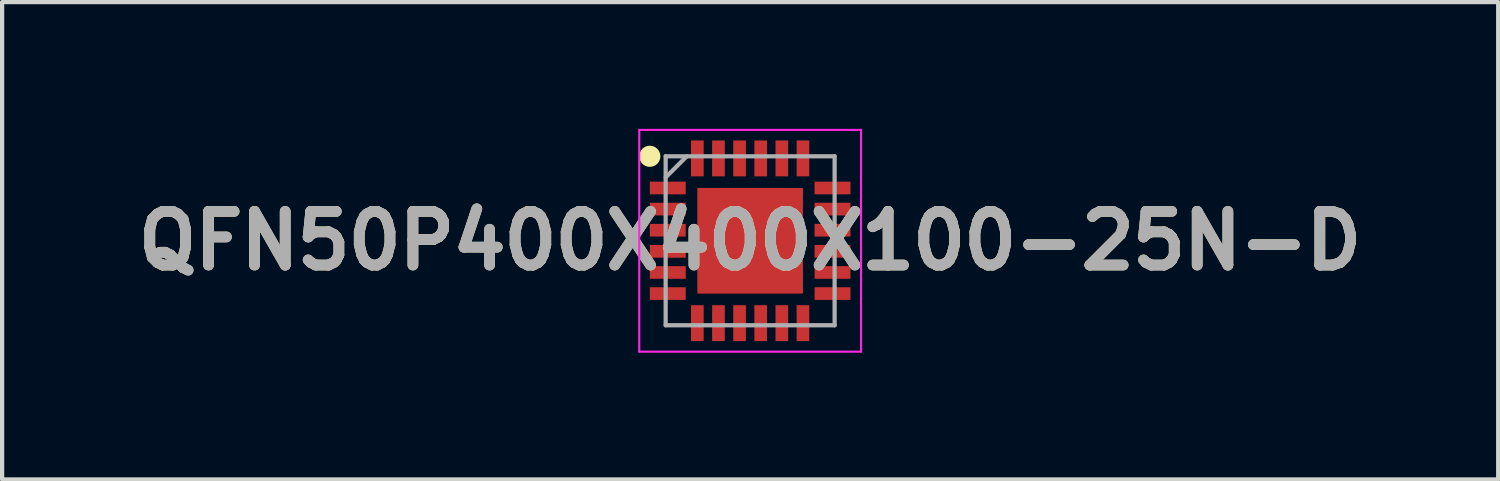
<source format=kicad_pcb>
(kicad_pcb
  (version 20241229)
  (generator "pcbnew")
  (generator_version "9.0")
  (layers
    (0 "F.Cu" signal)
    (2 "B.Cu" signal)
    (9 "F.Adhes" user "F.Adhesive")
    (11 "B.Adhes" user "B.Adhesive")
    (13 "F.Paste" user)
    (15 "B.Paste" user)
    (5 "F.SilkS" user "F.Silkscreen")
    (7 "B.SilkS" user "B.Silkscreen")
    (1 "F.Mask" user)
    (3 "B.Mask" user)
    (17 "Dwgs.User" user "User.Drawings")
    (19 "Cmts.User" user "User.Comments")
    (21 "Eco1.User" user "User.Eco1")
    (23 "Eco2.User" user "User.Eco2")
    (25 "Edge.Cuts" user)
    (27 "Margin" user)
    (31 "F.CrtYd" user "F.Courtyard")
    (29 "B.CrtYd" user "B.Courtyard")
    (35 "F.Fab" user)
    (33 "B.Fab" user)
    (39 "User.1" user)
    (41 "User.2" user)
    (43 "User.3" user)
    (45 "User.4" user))
  (footprint "QFN50P400X400X100-25N-D"
    (layer "F.Cu")
    (at 14.708 2.65)
    (property "Reference" "QFN50P400X400X100-25N-D" (at 0 0 0) (layer "F.SilkS") (effects (font (size 1.27 1.27) (thickness 0.254))))
    (attr smd)
    (fp_circle (center -2.375 -2) (end -2.375 -1.875) (stroke (width 0.25) (type solid)) (fill no) (layer "F.SilkS"))
    (fp_line (start -2.625 -2.625) (end 2.625 -2.625) (stroke (width 0.05) (type solid)) (layer "F.CrtYd"))
    (fp_line (start -2.625 2.625) (end -2.625 -2.625) (stroke (width 0.05) (type solid)) (layer "F.CrtYd"))
    (fp_line (start 2.625 -2.625) (end 2.625 2.625) (stroke (width 0.05) (type solid)) (layer "F.CrtYd"))
    (fp_line (start 2.625 2.625) (end -2.625 2.625) (stroke (width 0.05) (type solid)) (layer "F.CrtYd"))
    (fp_line (start -2 -2) (end 2 -2) (stroke (width 0.1) (type solid)) (layer "F.Fab"))
    (fp_line (start -2 -1.5) (end -1.5 -2) (stroke (width 0.1) (type solid)) (layer "F.Fab"))
    (fp_line (start -2 2) (end -2 -2) (stroke (width 0.1) (type solid)) (layer "F.Fab"))
    (fp_line (start 2 -2) (end 2 2) (stroke (width 0.1) (type solid)) (layer "F.Fab"))
    (fp_line (start 2 2) (end -2 2) (stroke (width 0.1) (type solid)) (layer "F.Fab"))
    (fp_text user "${REFERENCE}" (at 0 0 0) (layer "F.Fab") (effects (font (size 1.27 1.27) (thickness 0.254))))
    (pad "1" smd rect (at -1.95 -1.25 90) (size 0.3 0.85) (layers "F.Cu" "F.Mask" "F.Paste"))
    (pad "2" smd rect (at -1.95 -0.75 90) (size 0.3 0.85) (layers "F.Cu" "F.Mask" "F.Paste"))
    (pad "3" smd rect (at -1.95 -0.25 90) (size 0.3 0.85) (layers "F.Cu" "F.Mask" "F.Paste"))
    (pad "4" smd rect (at -1.95 0.25 90) (size 0.3 0.85) (layers "F.Cu" "F.Mask" "F.Paste"))
    (pad "5" smd rect (at -1.95 0.75 90) (size 0.3 0.85) (layers "F.Cu" "F.Mask" "F.Paste"))
    (pad "6" smd rect (at -1.95 1.25 90) (size 0.3 0.85) (layers "F.Cu" "F.Mask" "F.Paste"))
    (pad "7" smd rect (at -1.25 1.95) (size 0.3 0.85) (layers "F.Cu" "F.Mask" "F.Paste"))
    (pad "8" smd rect (at -0.75 1.95) (size 0.3 0.85) (layers "F.Cu" "F.Mask" "F.Paste"))
    (pad "9" smd rect (at -0.25 1.95) (size 0.3 0.85) (layers "F.Cu" "F.Mask" "F.Paste"))
    (pad "10" smd rect (at 0.25 1.95) (size 0.3 0.85) (layers "F.Cu" "F.Mask" "F.Paste"))
    (pad "11" smd rect (at 0.75 1.95) (size 0.3 0.85) (layers "F.Cu" "F.Mask" "F.Paste"))
    (pad "12" smd rect (at 1.25 1.95) (size 0.3 0.85) (layers "F.Cu" "F.Mask" "F.Paste"))
    (pad "13" smd rect (at 1.95 1.25 90) (size 0.3 0.85) (layers "F.Cu" "F.Mask" "F.Paste"))
    (pad "14" smd rect (at 1.95 0.75 90) (size 0.3 0.85) (layers "F.Cu" "F.Mask" "F.Paste"))
    (pad "15" smd rect (at 1.95 0.25 90) (size 0.3 0.85) (layers "F.Cu" "F.Mask" "F.Paste"))
    (pad "16" smd rect (at 1.95 -0.25 90) (size 0.3 0.85) (layers "F.Cu" "F.Mask" "F.Paste"))
    (pad "17" smd rect (at 1.95 -0.75 90) (size 0.3 0.85) (layers "F.Cu" "F.Mask" "F.Paste"))
    (pad "18" smd rect (at 1.95 -1.25 90) (size 0.3 0.85) (layers "F.Cu" "F.Mask" "F.Paste"))
    (pad "19" smd rect (at 1.25 -1.95) (size 0.3 0.85) (layers "F.Cu" "F.Mask" "F.Paste"))
    (pad "20" smd rect (at 0.75 -1.95) (size 0.3 0.85) (layers "F.Cu" "F.Mask" "F.Paste"))
    (pad "21" smd rect (at 0.25 -1.95) (size 0.3 0.85) (layers "F.Cu" "F.Mask" "F.Paste"))
    (pad "22" smd rect (at -0.25 -1.95) (size 0.3 0.85) (layers "F.Cu" "F.Mask" "F.Paste"))
    (pad "23" smd rect (at -0.75 -1.95) (size 0.3 0.85) (layers "F.Cu" "F.Mask" "F.Paste"))
    (pad "24" smd rect (at -1.25 -1.95) (size 0.3 0.85) (layers "F.Cu" "F.Mask" "F.Paste"))
    (pad "25" smd rect (at 0 0) (size 2.5 2.5) (layers "F.Cu" "F.Mask" "F.Paste")))
  (gr_rect
    (start -3 -3)
    (end 32.416 8.3)
    (stroke (width 0.1) (type default))
    (fill no)
    (layer "Edge.Cuts")))
</source>
